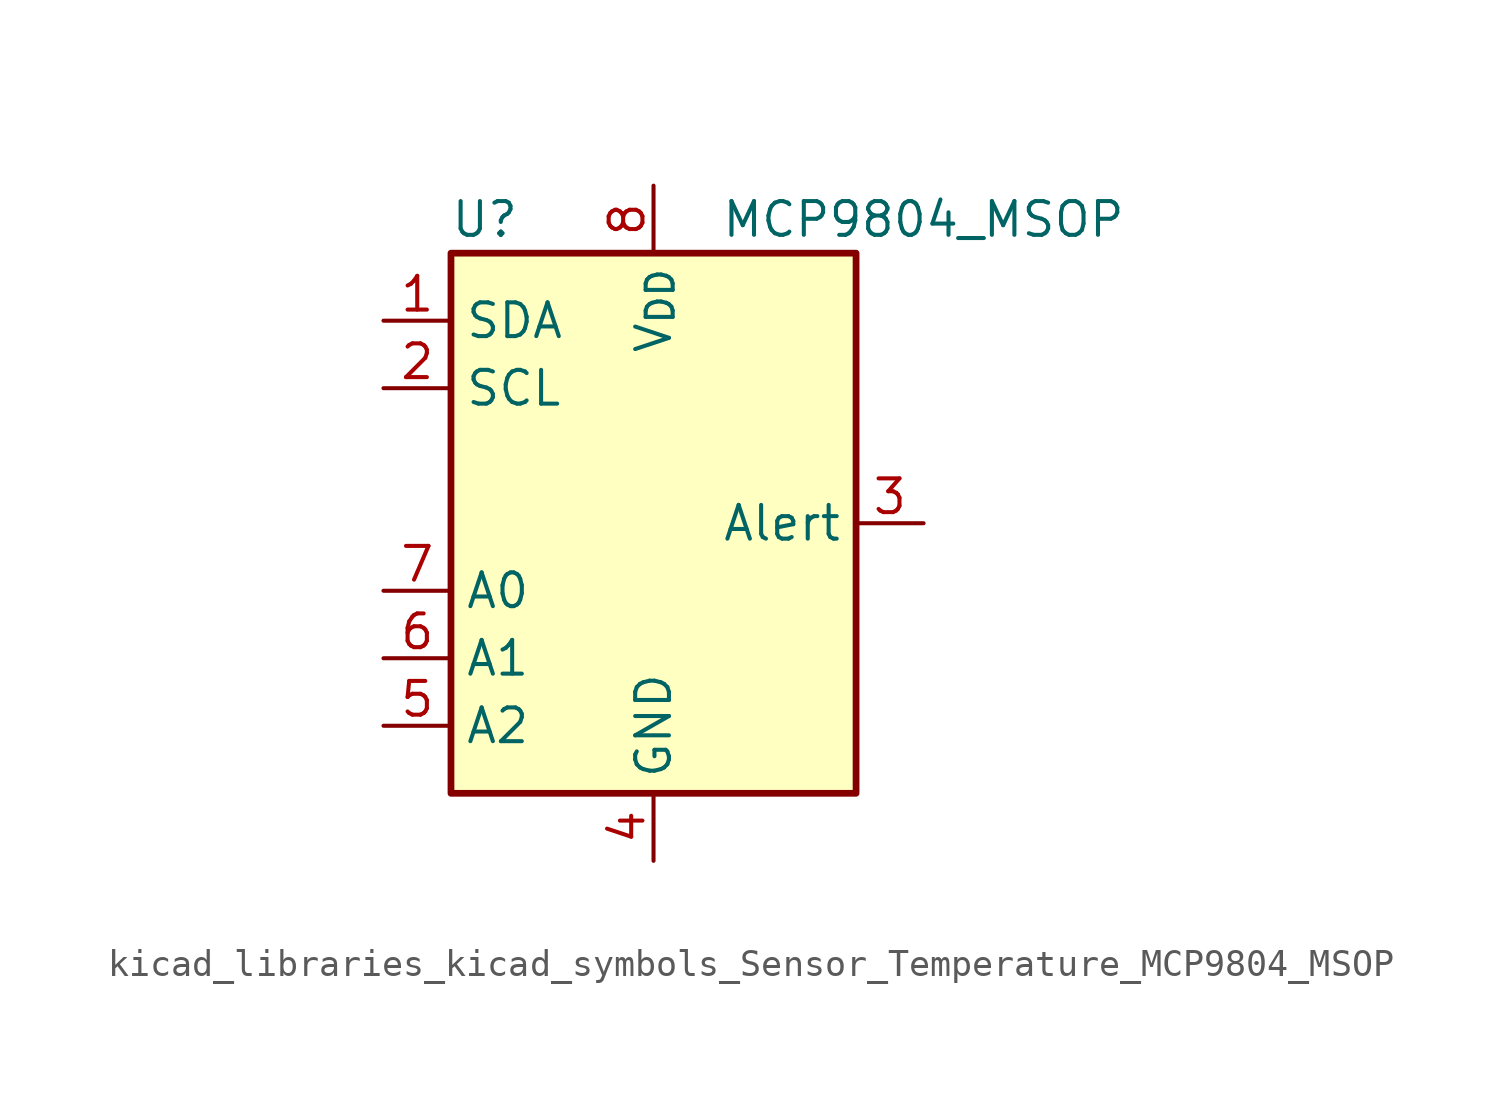
<source format=kicad_sym>
(kicad_symbol_lib
  (version 20220914)
  (generator kicad_symbol_editor)
  (symbol "kicad_libraries_kicad_symbols_Sensor_Temperature_MCP9804_MSOP"
    (property "Reference" "U"
      (at -6.35 11.43 0)
      (effects (font (size 1.27 1.27))))
    (property "Value" "MCP9804_MSOP"
      (at 10.16 11.43 0)
      (effects (font (size 1.27 1.27))))
    (symbol "kicad_libraries_kicad_symbols_Sensor_Temperature_MCP9804_MSOP_0_1"
      (rectangle (start -7.62 10.16) (end 7.62 -10.16) (stroke (width 0.254) (type default)) (fill (type background))))
    (symbol "kicad_libraries_kicad_symbols_Sensor_Temperature_MCP9804_MSOP_1_1"
      (pin bidirectional line (at -10.16 7.62 0) (length 2.54) (name "SDA" (effects (font (size 1.27 1.27)))) (number "1" (effects (font (size 1.27 1.27)))))
      (pin input line (at -10.16 5.08 0) (length 2.54) (name "SCL" (effects (font (size 1.27 1.27)))) (number "2" (effects (font (size 1.27 1.27)))))
      (pin output line (at 10.16 0 180) (length 2.54) (name "Alert" (effects (font (size 1.27 1.27)))) (number "3" (effects (font (size 1.27 1.27)))))
      (pin power_in line (at 0 -12.7 90) (length 2.54) (name "GND" (effects (font (size 1.27 1.27)))) (number "4" (effects (font (size 1.27 1.27)))))
      (pin input line (at -10.16 -7.62 0) (length 2.54) (name "A2" (effects (font (size 1.27 1.27)))) (number "5" (effects (font (size 1.27 1.27)))))
      (pin input line (at -10.16 -5.08 0) (length 2.54) (name "A1" (effects (font (size 1.27 1.27)))) (number "6" (effects (font (size 1.27 1.27)))))
      (pin input line (at -10.16 -2.54 0) (length 2.54) (name "A0" (effects (font (size 1.27 1.27)))) (number "7" (effects (font (size 1.27 1.27)))))
      (pin power_in line (at 0 12.7 270) (length 2.54) (name "V_{DD}" (effects (font (size 1.27 1.27)))) (number "8" (effects (font (size 1.27 1.27))))))))
</source>
